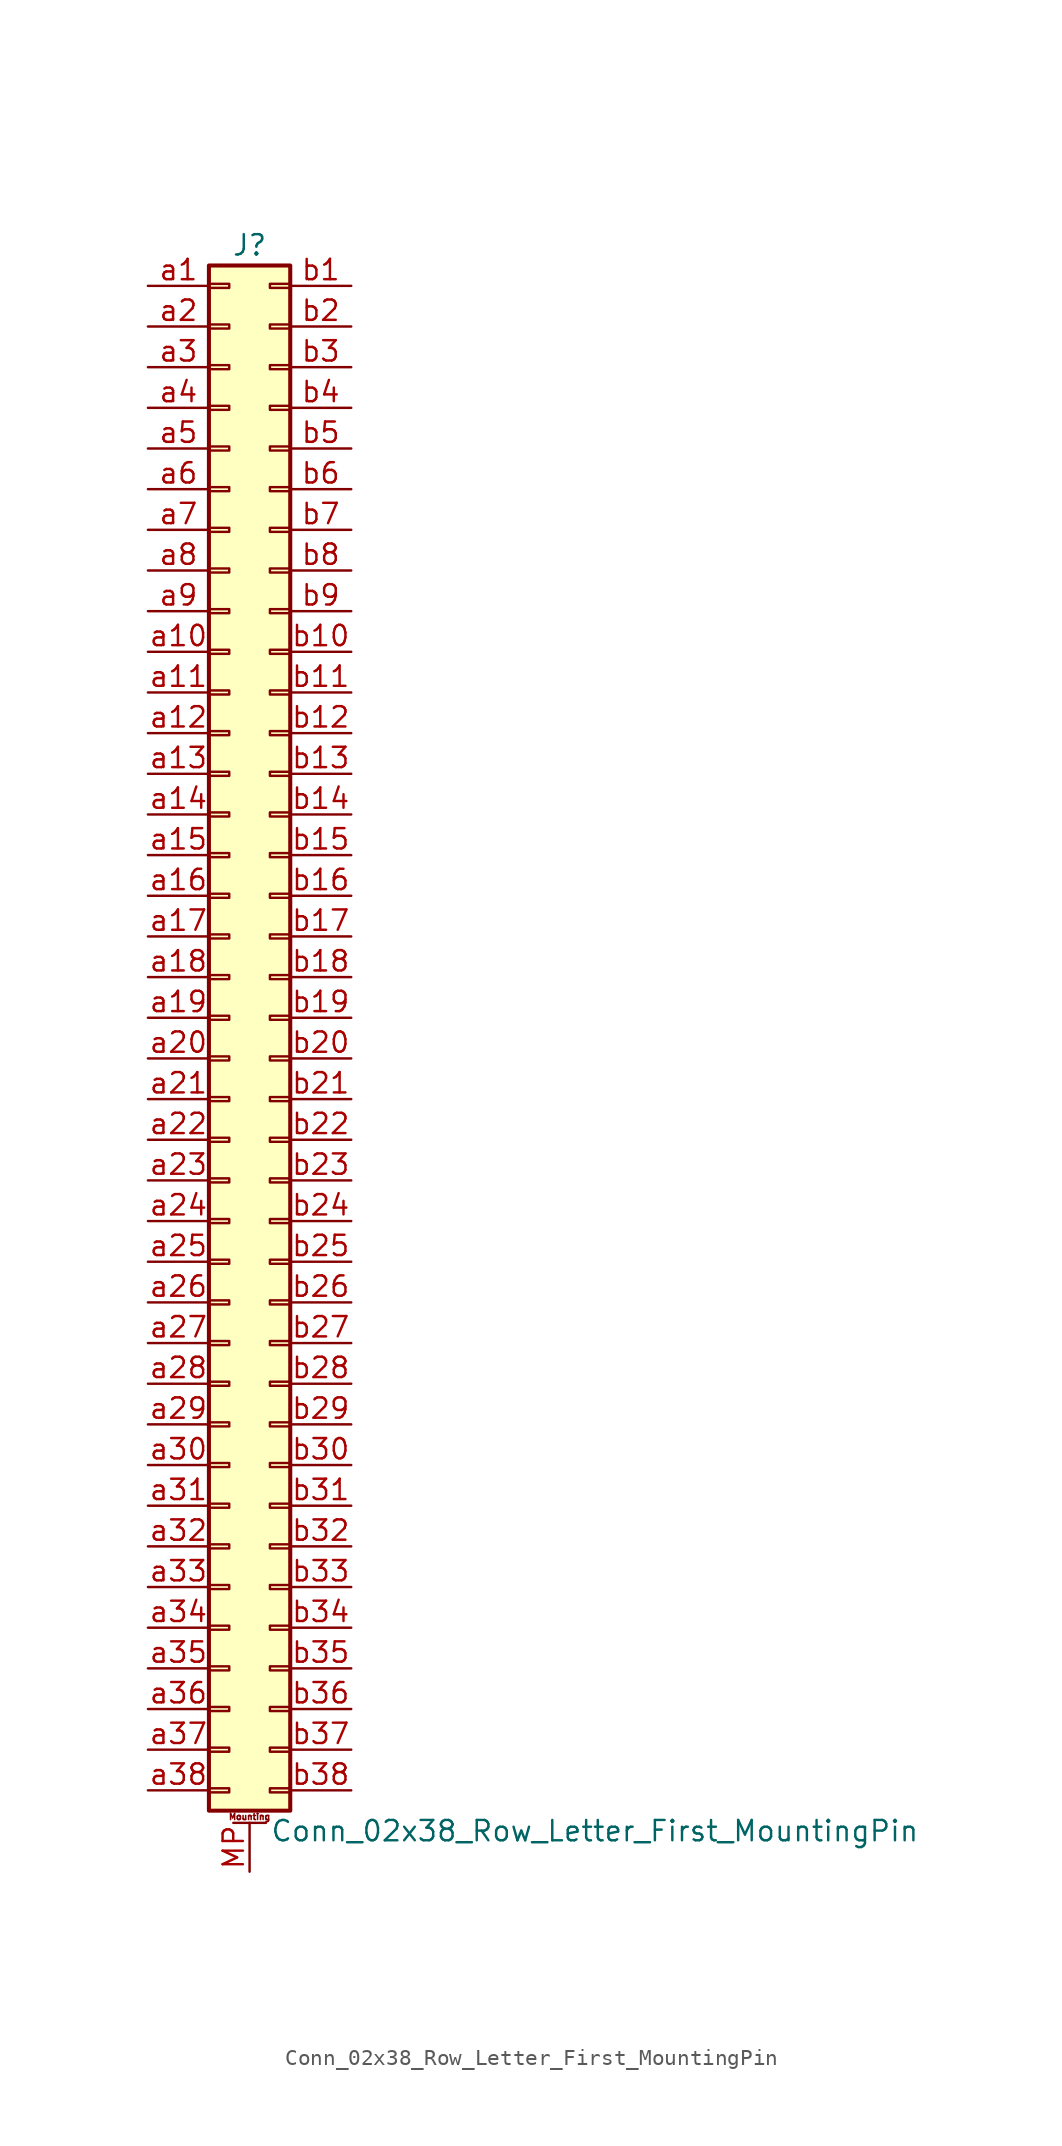
<source format=kicad_sym>
(kicad_symbol_lib
  (version 20220914)
  (generator kicad_symbol_editor)
  (symbol "Conn_02x38_Row_Letter_First_MountingPin"
    (pin_names
      (offset 1.016) hide)
    (property "Reference" "J"
      (at 1.27 48.26 0)
      (effects (font (size 1.27 1.27))))
    (property "Value" "Conn_02x38_Row_Letter_First_MountingPin"
      (at 2.54 -50.8 0)
      (effects (font (size 1.27 1.27)) (justify left)))
    (symbol "Conn_02x38_Row_Letter_First_MountingPin_1_1"
      (rectangle (start -1.27 -48.133) (end 0 -48.387) (stroke (width 0.152) (type default)) (fill (type none)))
      (rectangle (start -1.27 -45.593) (end 0 -45.847) (stroke (width 0.152) (type default)) (fill (type none)))
      (rectangle (start -1.27 -43.053) (end 0 -43.307) (stroke (width 0.152) (type default)) (fill (type none)))
      (rectangle (start -1.27 -40.513) (end 0 -40.767) (stroke (width 0.152) (type default)) (fill (type none)))
      (rectangle (start -1.27 -37.973) (end 0 -38.227) (stroke (width 0.152) (type default)) (fill (type none)))
      (rectangle (start -1.27 -35.433) (end 0 -35.687) (stroke (width 0.152) (type default)) (fill (type none)))
      (rectangle (start -1.27 -32.893) (end 0 -33.147) (stroke (width 0.152) (type default)) (fill (type none)))
      (rectangle (start -1.27 -30.353) (end 0 -30.607) (stroke (width 0.152) (type default)) (fill (type none)))
      (rectangle (start -1.27 -27.813) (end 0 -28.067) (stroke (width 0.152) (type default)) (fill (type none)))
      (rectangle (start -1.27 -25.273) (end 0 -25.527) (stroke (width 0.152) (type default)) (fill (type none)))
      (rectangle (start -1.27 -22.733) (end 0 -22.987) (stroke (width 0.152) (type default)) (fill (type none)))
      (rectangle (start -1.27 -20.193) (end 0 -20.447) (stroke (width 0.152) (type default)) (fill (type none)))
      (rectangle (start -1.27 -17.653) (end 0 -17.907) (stroke (width 0.152) (type default)) (fill (type none)))
      (rectangle (start -1.27 -15.113) (end 0 -15.367) (stroke (width 0.152) (type default)) (fill (type none)))
      (rectangle (start -1.27 -12.573) (end 0 -12.827) (stroke (width 0.152) (type default)) (fill (type none)))
      (rectangle (start -1.27 -10.033) (end 0 -10.287) (stroke (width 0.152) (type default)) (fill (type none)))
      (rectangle (start -1.27 -7.493) (end 0 -7.747) (stroke (width 0.152) (type default)) (fill (type none)))
      (rectangle (start -1.27 -4.953) (end 0 -5.207) (stroke (width 0.152) (type default)) (fill (type none)))
      (rectangle (start -1.27 -2.413) (end 0 -2.667) (stroke (width 0.152) (type default)) (fill (type none)))
      (rectangle (start -1.27 0.127) (end 0 -0.127) (stroke (width 0.152) (type default)) (fill (type none)))
      (rectangle (start -1.27 2.667) (end 0 2.413) (stroke (width 0.152) (type default)) (fill (type none)))
      (rectangle (start -1.27 5.207) (end 0 4.953) (stroke (width 0.152) (type default)) (fill (type none)))
      (rectangle (start -1.27 7.747) (end 0 7.493) (stroke (width 0.152) (type default)) (fill (type none)))
      (rectangle (start -1.27 10.287) (end 0 10.033) (stroke (width 0.152) (type default)) (fill (type none)))
      (rectangle (start -1.27 12.827) (end 0 12.573) (stroke (width 0.152) (type default)) (fill (type none)))
      (rectangle (start -1.27 15.367) (end 0 15.113) (stroke (width 0.152) (type default)) (fill (type none)))
      (rectangle (start -1.27 17.907) (end 0 17.653) (stroke (width 0.152) (type default)) (fill (type none)))
      (rectangle (start -1.27 20.447) (end 0 20.193) (stroke (width 0.152) (type default)) (fill (type none)))
      (rectangle (start -1.27 22.987) (end 0 22.733) (stroke (width 0.152) (type default)) (fill (type none)))
      (rectangle (start -1.27 25.527) (end 0 25.273) (stroke (width 0.152) (type default)) (fill (type none)))
      (rectangle (start -1.27 28.067) (end 0 27.813) (stroke (width 0.152) (type default)) (fill (type none)))
      (rectangle (start -1.27 30.607) (end 0 30.353) (stroke (width 0.152) (type default)) (fill (type none)))
      (rectangle (start -1.27 33.147) (end 0 32.893) (stroke (width 0.152) (type default)) (fill (type none)))
      (rectangle (start -1.27 35.687) (end 0 35.433) (stroke (width 0.152) (type default)) (fill (type none)))
      (rectangle (start -1.27 38.227) (end 0 37.973) (stroke (width 0.152) (type default)) (fill (type none)))
      (rectangle (start -1.27 40.767) (end 0 40.513) (stroke (width 0.152) (type default)) (fill (type none)))
      (rectangle (start -1.27 43.307) (end 0 43.053) (stroke (width 0.152) (type default)) (fill (type none)))
      (rectangle (start -1.27 45.847) (end 0 45.593) (stroke (width 0.152) (type default)) (fill (type none)))
      (rectangle (start -1.27 46.99) (end 3.81 -49.53) (stroke (width 0.254) (type default)) (fill (type background)))
      (polyline (pts (xy 0.254 -50.292) (xy 2.286 -50.292)) (stroke (width 0.152) (type default)) (fill (type none)))
      (rectangle (start 3.81 -48.133) (end 2.54 -48.387) (stroke (width 0.152) (type default)) (fill (type none)))
      (rectangle (start 3.81 -45.593) (end 2.54 -45.847) (stroke (width 0.152) (type default)) (fill (type none)))
      (rectangle (start 3.81 -43.053) (end 2.54 -43.307) (stroke (width 0.152) (type default)) (fill (type none)))
      (rectangle (start 3.81 -40.513) (end 2.54 -40.767) (stroke (width 0.152) (type default)) (fill (type none)))
      (rectangle (start 3.81 -37.973) (end 2.54 -38.227) (stroke (width 0.152) (type default)) (fill (type none)))
      (rectangle (start 3.81 -35.433) (end 2.54 -35.687) (stroke (width 0.152) (type default)) (fill (type none)))
      (rectangle (start 3.81 -32.893) (end 2.54 -33.147) (stroke (width 0.152) (type default)) (fill (type none)))
      (rectangle (start 3.81 -30.353) (end 2.54 -30.607) (stroke (width 0.152) (type default)) (fill (type none)))
      (rectangle (start 3.81 -27.813) (end 2.54 -28.067) (stroke (width 0.152) (type default)) (fill (type none)))
      (rectangle (start 3.81 -25.273) (end 2.54 -25.527) (stroke (width 0.152) (type default)) (fill (type none)))
      (rectangle (start 3.81 -22.733) (end 2.54 -22.987) (stroke (width 0.152) (type default)) (fill (type none)))
      (rectangle (start 3.81 -20.193) (end 2.54 -20.447) (stroke (width 0.152) (type default)) (fill (type none)))
      (rectangle (start 3.81 -17.653) (end 2.54 -17.907) (stroke (width 0.152) (type default)) (fill (type none)))
      (rectangle (start 3.81 -15.113) (end 2.54 -15.367) (stroke (width 0.152) (type default)) (fill (type none)))
      (rectangle (start 3.81 -12.573) (end 2.54 -12.827) (stroke (width 0.152) (type default)) (fill (type none)))
      (rectangle (start 3.81 -10.033) (end 2.54 -10.287) (stroke (width 0.152) (type default)) (fill (type none)))
      (rectangle (start 3.81 -7.493) (end 2.54 -7.747) (stroke (width 0.152) (type default)) (fill (type none)))
      (rectangle (start 3.81 -4.953) (end 2.54 -5.207) (stroke (width 0.152) (type default)) (fill (type none)))
      (rectangle (start 3.81 -2.413) (end 2.54 -2.667) (stroke (width 0.152) (type default)) (fill (type none)))
      (rectangle (start 3.81 0.127) (end 2.54 -0.127) (stroke (width 0.152) (type default)) (fill (type none)))
      (rectangle (start 3.81 2.667) (end 2.54 2.413) (stroke (width 0.152) (type default)) (fill (type none)))
      (rectangle (start 3.81 5.207) (end 2.54 4.953) (stroke (width 0.152) (type default)) (fill (type none)))
      (rectangle (start 3.81 7.747) (end 2.54 7.493) (stroke (width 0.152) (type default)) (fill (type none)))
      (rectangle (start 3.81 10.287) (end 2.54 10.033) (stroke (width 0.152) (type default)) (fill (type none)))
      (rectangle (start 3.81 12.827) (end 2.54 12.573) (stroke (width 0.152) (type default)) (fill (type none)))
      (rectangle (start 3.81 15.367) (end 2.54 15.113) (stroke (width 0.152) (type default)) (fill (type none)))
      (rectangle (start 3.81 17.907) (end 2.54 17.653) (stroke (width 0.152) (type default)) (fill (type none)))
      (rectangle (start 3.81 20.447) (end 2.54 20.193) (stroke (width 0.152) (type default)) (fill (type none)))
      (rectangle (start 3.81 22.987) (end 2.54 22.733) (stroke (width 0.152) (type default)) (fill (type none)))
      (rectangle (start 3.81 25.527) (end 2.54 25.273) (stroke (width 0.152) (type default)) (fill (type none)))
      (rectangle (start 3.81 28.067) (end 2.54 27.813) (stroke (width 0.152) (type default)) (fill (type none)))
      (rectangle (start 3.81 30.607) (end 2.54 30.353) (stroke (width 0.152) (type default)) (fill (type none)))
      (rectangle (start 3.81 33.147) (end 2.54 32.893) (stroke (width 0.152) (type default)) (fill (type none)))
      (rectangle (start 3.81 35.687) (end 2.54 35.433) (stroke (width 0.152) (type default)) (fill (type none)))
      (rectangle (start 3.81 38.227) (end 2.54 37.973) (stroke (width 0.152) (type default)) (fill (type none)))
      (rectangle (start 3.81 40.767) (end 2.54 40.513) (stroke (width 0.152) (type default)) (fill (type none)))
      (rectangle (start 3.81 43.307) (end 2.54 43.053) (stroke (width 0.152) (type default)) (fill (type none)))
      (rectangle (start 3.81 45.847) (end 2.54 45.593) (stroke (width 0.152) (type default)) (fill (type none)))
      (text "Mounting" (at 1.27 -49.911 0) (effects (font (size 0.381 0.381))))
      (pin passive line (at 1.27 -53.34 90) (length 3.048) (name "MountPin" (effects (font (size 1.27 1.27)))) (number "MP" (effects (font (size 1.27 1.27)))))
      (pin passive line (at -5.08 45.72 0) (length 3.81) (name "Pin_a1" (effects (font (size 1.27 1.27)))) (number "a1" (effects (font (size 1.27 1.27)))))
      (pin passive line (at -5.08 22.86 0) (length 3.81) (name "Pin_a10" (effects (font (size 1.27 1.27)))) (number "a10" (effects (font (size 1.27 1.27)))))
      (pin passive line (at -5.08 20.32 0) (length 3.81) (name "Pin_a11" (effects (font (size 1.27 1.27)))) (number "a11" (effects (font (size 1.27 1.27)))))
      (pin passive line (at -5.08 17.78 0) (length 3.81) (name "Pin_a12" (effects (font (size 1.27 1.27)))) (number "a12" (effects (font (size 1.27 1.27)))))
      (pin passive line (at -5.08 15.24 0) (length 3.81) (name "Pin_a13" (effects (font (size 1.27 1.27)))) (number "a13" (effects (font (size 1.27 1.27)))))
      (pin passive line (at -5.08 12.7 0) (length 3.81) (name "Pin_a14" (effects (font (size 1.27 1.27)))) (number "a14" (effects (font (size 1.27 1.27)))))
      (pin passive line (at -5.08 10.16 0) (length 3.81) (name "Pin_a15" (effects (font (size 1.27 1.27)))) (number "a15" (effects (font (size 1.27 1.27)))))
      (pin passive line (at -5.08 7.62 0) (length 3.81) (name "Pin_a16" (effects (font (size 1.27 1.27)))) (number "a16" (effects (font (size 1.27 1.27)))))
      (pin passive line (at -5.08 5.08 0) (length 3.81) (name "Pin_a17" (effects (font (size 1.27 1.27)))) (number "a17" (effects (font (size 1.27 1.27)))))
      (pin passive line (at -5.08 2.54 0) (length 3.81) (name "Pin_a18" (effects (font (size 1.27 1.27)))) (number "a18" (effects (font (size 1.27 1.27)))))
      (pin passive line (at -5.08 0 0) (length 3.81) (name "Pin_a19" (effects (font (size 1.27 1.27)))) (number "a19" (effects (font (size 1.27 1.27)))))
      (pin passive line (at -5.08 43.18 0) (length 3.81) (name "Pin_a2" (effects (font (size 1.27 1.27)))) (number "a2" (effects (font (size 1.27 1.27)))))
      (pin passive line (at -5.08 -2.54 0) (length 3.81) (name "Pin_a20" (effects (font (size 1.27 1.27)))) (number "a20" (effects (font (size 1.27 1.27)))))
      (pin passive line (at -5.08 -5.08 0) (length 3.81) (name "Pin_a21" (effects (font (size 1.27 1.27)))) (number "a21" (effects (font (size 1.27 1.27)))))
      (pin passive line (at -5.08 -7.62 0) (length 3.81) (name "Pin_a22" (effects (font (size 1.27 1.27)))) (number "a22" (effects (font (size 1.27 1.27)))))
      (pin passive line (at -5.08 -10.16 0) (length 3.81) (name "Pin_a23" (effects (font (size 1.27 1.27)))) (number "a23" (effects (font (size 1.27 1.27)))))
      (pin passive line (at -5.08 -12.7 0) (length 3.81) (name "Pin_a24" (effects (font (size 1.27 1.27)))) (number "a24" (effects (font (size 1.27 1.27)))))
      (pin passive line (at -5.08 -15.24 0) (length 3.81) (name "Pin_a25" (effects (font (size 1.27 1.27)))) (number "a25" (effects (font (size 1.27 1.27)))))
      (pin passive line (at -5.08 -17.78 0) (length 3.81) (name "Pin_a26" (effects (font (size 1.27 1.27)))) (number "a26" (effects (font (size 1.27 1.27)))))
      (pin passive line (at -5.08 -20.32 0) (length 3.81) (name "Pin_a27" (effects (font (size 1.27 1.27)))) (number "a27" (effects (font (size 1.27 1.27)))))
      (pin passive line (at -5.08 -22.86 0) (length 3.81) (name "Pin_a28" (effects (font (size 1.27 1.27)))) (number "a28" (effects (font (size 1.27 1.27)))))
      (pin passive line (at -5.08 -25.4 0) (length 3.81) (name "Pin_a29" (effects (font (size 1.27 1.27)))) (number "a29" (effects (font (size 1.27 1.27)))))
      (pin passive line (at -5.08 40.64 0) (length 3.81) (name "Pin_a3" (effects (font (size 1.27 1.27)))) (number "a3" (effects (font (size 1.27 1.27)))))
      (pin passive line (at -5.08 -27.94 0) (length 3.81) (name "Pin_a30" (effects (font (size 1.27 1.27)))) (number "a30" (effects (font (size 1.27 1.27)))))
      (pin passive line (at -5.08 -30.48 0) (length 3.81) (name "Pin_a31" (effects (font (size 1.27 1.27)))) (number "a31" (effects (font (size 1.27 1.27)))))
      (pin passive line (at -5.08 -33.02 0) (length 3.81) (name "Pin_a32" (effects (font (size 1.27 1.27)))) (number "a32" (effects (font (size 1.27 1.27)))))
      (pin passive line (at -5.08 -35.56 0) (length 3.81) (name "Pin_a33" (effects (font (size 1.27 1.27)))) (number "a33" (effects (font (size 1.27 1.27)))))
      (pin passive line (at -5.08 -38.1 0) (length 3.81) (name "Pin_a34" (effects (font (size 1.27 1.27)))) (number "a34" (effects (font (size 1.27 1.27)))))
      (pin passive line (at -5.08 -40.64 0) (length 3.81) (name "Pin_a35" (effects (font (size 1.27 1.27)))) (number "a35" (effects (font (size 1.27 1.27)))))
      (pin passive line (at -5.08 -43.18 0) (length 3.81) (name "Pin_a36" (effects (font (size 1.27 1.27)))) (number "a36" (effects (font (size 1.27 1.27)))))
      (pin passive line (at -5.08 -45.72 0) (length 3.81) (name "Pin_a37" (effects (font (size 1.27 1.27)))) (number "a37" (effects (font (size 1.27 1.27)))))
      (pin passive line (at -5.08 -48.26 0) (length 3.81) (name "Pin_a38" (effects (font (size 1.27 1.27)))) (number "a38" (effects (font (size 1.27 1.27)))))
      (pin passive line (at -5.08 38.1 0) (length 3.81) (name "Pin_a4" (effects (font (size 1.27 1.27)))) (number "a4" (effects (font (size 1.27 1.27)))))
      (pin passive line (at -5.08 35.56 0) (length 3.81) (name "Pin_a5" (effects (font (size 1.27 1.27)))) (number "a5" (effects (font (size 1.27 1.27)))))
      (pin passive line (at -5.08 33.02 0) (length 3.81) (name "Pin_a6" (effects (font (size 1.27 1.27)))) (number "a6" (effects (font (size 1.27 1.27)))))
      (pin passive line (at -5.08 30.48 0) (length 3.81) (name "Pin_a7" (effects (font (size 1.27 1.27)))) (number "a7" (effects (font (size 1.27 1.27)))))
      (pin passive line (at -5.08 27.94 0) (length 3.81) (name "Pin_a8" (effects (font (size 1.27 1.27)))) (number "a8" (effects (font (size 1.27 1.27)))))
      (pin passive line (at -5.08 25.4 0) (length 3.81) (name "Pin_a9" (effects (font (size 1.27 1.27)))) (number "a9" (effects (font (size 1.27 1.27)))))
      (pin passive line (at 7.62 45.72 180) (length 3.81) (name "Pin_b1" (effects (font (size 1.27 1.27)))) (number "b1" (effects (font (size 1.27 1.27)))))
      (pin passive line (at 7.62 22.86 180) (length 3.81) (name "Pin_b10" (effects (font (size 1.27 1.27)))) (number "b10" (effects (font (size 1.27 1.27)))))
      (pin passive line (at 7.62 20.32 180) (length 3.81) (name "Pin_b11" (effects (font (size 1.27 1.27)))) (number "b11" (effects (font (size 1.27 1.27)))))
      (pin passive line (at 7.62 17.78 180) (length 3.81) (name "Pin_b12" (effects (font (size 1.27 1.27)))) (number "b12" (effects (font (size 1.27 1.27)))))
      (pin passive line (at 7.62 15.24 180) (length 3.81) (name "Pin_b13" (effects (font (size 1.27 1.27)))) (number "b13" (effects (font (size 1.27 1.27)))))
      (pin passive line (at 7.62 12.7 180) (length 3.81) (name "Pin_b14" (effects (font (size 1.27 1.27)))) (number "b14" (effects (font (size 1.27 1.27)))))
      (pin passive line (at 7.62 10.16 180) (length 3.81) (name "Pin_b15" (effects (font (size 1.27 1.27)))) (number "b15" (effects (font (size 1.27 1.27)))))
      (pin passive line (at 7.62 7.62 180) (length 3.81) (name "Pin_b16" (effects (font (size 1.27 1.27)))) (number "b16" (effects (font (size 1.27 1.27)))))
      (pin passive line (at 7.62 5.08 180) (length 3.81) (name "Pin_b17" (effects (font (size 1.27 1.27)))) (number "b17" (effects (font (size 1.27 1.27)))))
      (pin passive line (at 7.62 2.54 180) (length 3.81) (name "Pin_b18" (effects (font (size 1.27 1.27)))) (number "b18" (effects (font (size 1.27 1.27)))))
      (pin passive line (at 7.62 0 180) (length 3.81) (name "Pin_b19" (effects (font (size 1.27 1.27)))) (number "b19" (effects (font (size 1.27 1.27)))))
      (pin passive line (at 7.62 43.18 180) (length 3.81) (name "Pin_b2" (effects (font (size 1.27 1.27)))) (number "b2" (effects (font (size 1.27 1.27)))))
      (pin passive line (at 7.62 -2.54 180) (length 3.81) (name "Pin_b20" (effects (font (size 1.27 1.27)))) (number "b20" (effects (font (size 1.27 1.27)))))
      (pin passive line (at 7.62 -5.08 180) (length 3.81) (name "Pin_b21" (effects (font (size 1.27 1.27)))) (number "b21" (effects (font (size 1.27 1.27)))))
      (pin passive line (at 7.62 -7.62 180) (length 3.81) (name "Pin_b22" (effects (font (size 1.27 1.27)))) (number "b22" (effects (font (size 1.27 1.27)))))
      (pin passive line (at 7.62 -10.16 180) (length 3.81) (name "Pin_b23" (effects (font (size 1.27 1.27)))) (number "b23" (effects (font (size 1.27 1.27)))))
      (pin passive line (at 7.62 -12.7 180) (length 3.81) (name "Pin_b24" (effects (font (size 1.27 1.27)))) (number "b24" (effects (font (size 1.27 1.27)))))
      (pin passive line (at 7.62 -15.24 180) (length 3.81) (name "Pin_b25" (effects (font (size 1.27 1.27)))) (number "b25" (effects (font (size 1.27 1.27)))))
      (pin passive line (at 7.62 -17.78 180) (length 3.81) (name "Pin_b26" (effects (font (size 1.27 1.27)))) (number "b26" (effects (font (size 1.27 1.27)))))
      (pin passive line (at 7.62 -20.32 180) (length 3.81) (name "Pin_b27" (effects (font (size 1.27 1.27)))) (number "b27" (effects (font (size 1.27 1.27)))))
      (pin passive line (at 7.62 -22.86 180) (length 3.81) (name "Pin_b28" (effects (font (size 1.27 1.27)))) (number "b28" (effects (font (size 1.27 1.27)))))
      (pin passive line (at 7.62 -25.4 180) (length 3.81) (name "Pin_b29" (effects (font (size 1.27 1.27)))) (number "b29" (effects (font (size 1.27 1.27)))))
      (pin passive line (at 7.62 40.64 180) (length 3.81) (name "Pin_b3" (effects (font (size 1.27 1.27)))) (number "b3" (effects (font (size 1.27 1.27)))))
      (pin passive line (at 7.62 -27.94 180) (length 3.81) (name "Pin_b30" (effects (font (size 1.27 1.27)))) (number "b30" (effects (font (size 1.27 1.27)))))
      (pin passive line (at 7.62 -30.48 180) (length 3.81) (name "Pin_b31" (effects (font (size 1.27 1.27)))) (number "b31" (effects (font (size 1.27 1.27)))))
      (pin passive line (at 7.62 -33.02 180) (length 3.81) (name "Pin_b32" (effects (font (size 1.27 1.27)))) (number "b32" (effects (font (size 1.27 1.27)))))
      (pin passive line (at 7.62 -35.56 180) (length 3.81) (name "Pin_b33" (effects (font (size 1.27 1.27)))) (number "b33" (effects (font (size 1.27 1.27)))))
      (pin passive line (at 7.62 -38.1 180) (length 3.81) (name "Pin_b34" (effects (font (size 1.27 1.27)))) (number "b34" (effects (font (size 1.27 1.27)))))
      (pin passive line (at 7.62 -40.64 180) (length 3.81) (name "Pin_b35" (effects (font (size 1.27 1.27)))) (number "b35" (effects (font (size 1.27 1.27)))))
      (pin passive line (at 7.62 -43.18 180) (length 3.81) (name "Pin_b36" (effects (font (size 1.27 1.27)))) (number "b36" (effects (font (size 1.27 1.27)))))
      (pin passive line (at 7.62 -45.72 180) (length 3.81) (name "Pin_b37" (effects (font (size 1.27 1.27)))) (number "b37" (effects (font (size 1.27 1.27)))))
      (pin passive line (at 7.62 -48.26 180) (length 3.81) (name "Pin_b38" (effects (font (size 1.27 1.27)))) (number "b38" (effects (font (size 1.27 1.27)))))
      (pin passive line (at 7.62 38.1 180) (length 3.81) (name "Pin_b4" (effects (font (size 1.27 1.27)))) (number "b4" (effects (font (size 1.27 1.27)))))
      (pin passive line (at 7.62 35.56 180) (length 3.81) (name "Pin_b5" (effects (font (size 1.27 1.27)))) (number "b5" (effects (font (size 1.27 1.27)))))
      (pin passive line (at 7.62 33.02 180) (length 3.81) (name "Pin_b6" (effects (font (size 1.27 1.27)))) (number "b6" (effects (font (size 1.27 1.27)))))
      (pin passive line (at 7.62 30.48 180) (length 3.81) (name "Pin_b7" (effects (font (size 1.27 1.27)))) (number "b7" (effects (font (size 1.27 1.27)))))
      (pin passive line (at 7.62 27.94 180) (length 3.81) (name "Pin_b8" (effects (font (size 1.27 1.27)))) (number "b8" (effects (font (size 1.27 1.27)))))
      (pin passive line (at 7.62 25.4 180) (length 3.81) (name "Pin_b9" (effects (font (size 1.27 1.27)))) (number "b9" (effects (font (size 1.27 1.27))))))))
</source>
